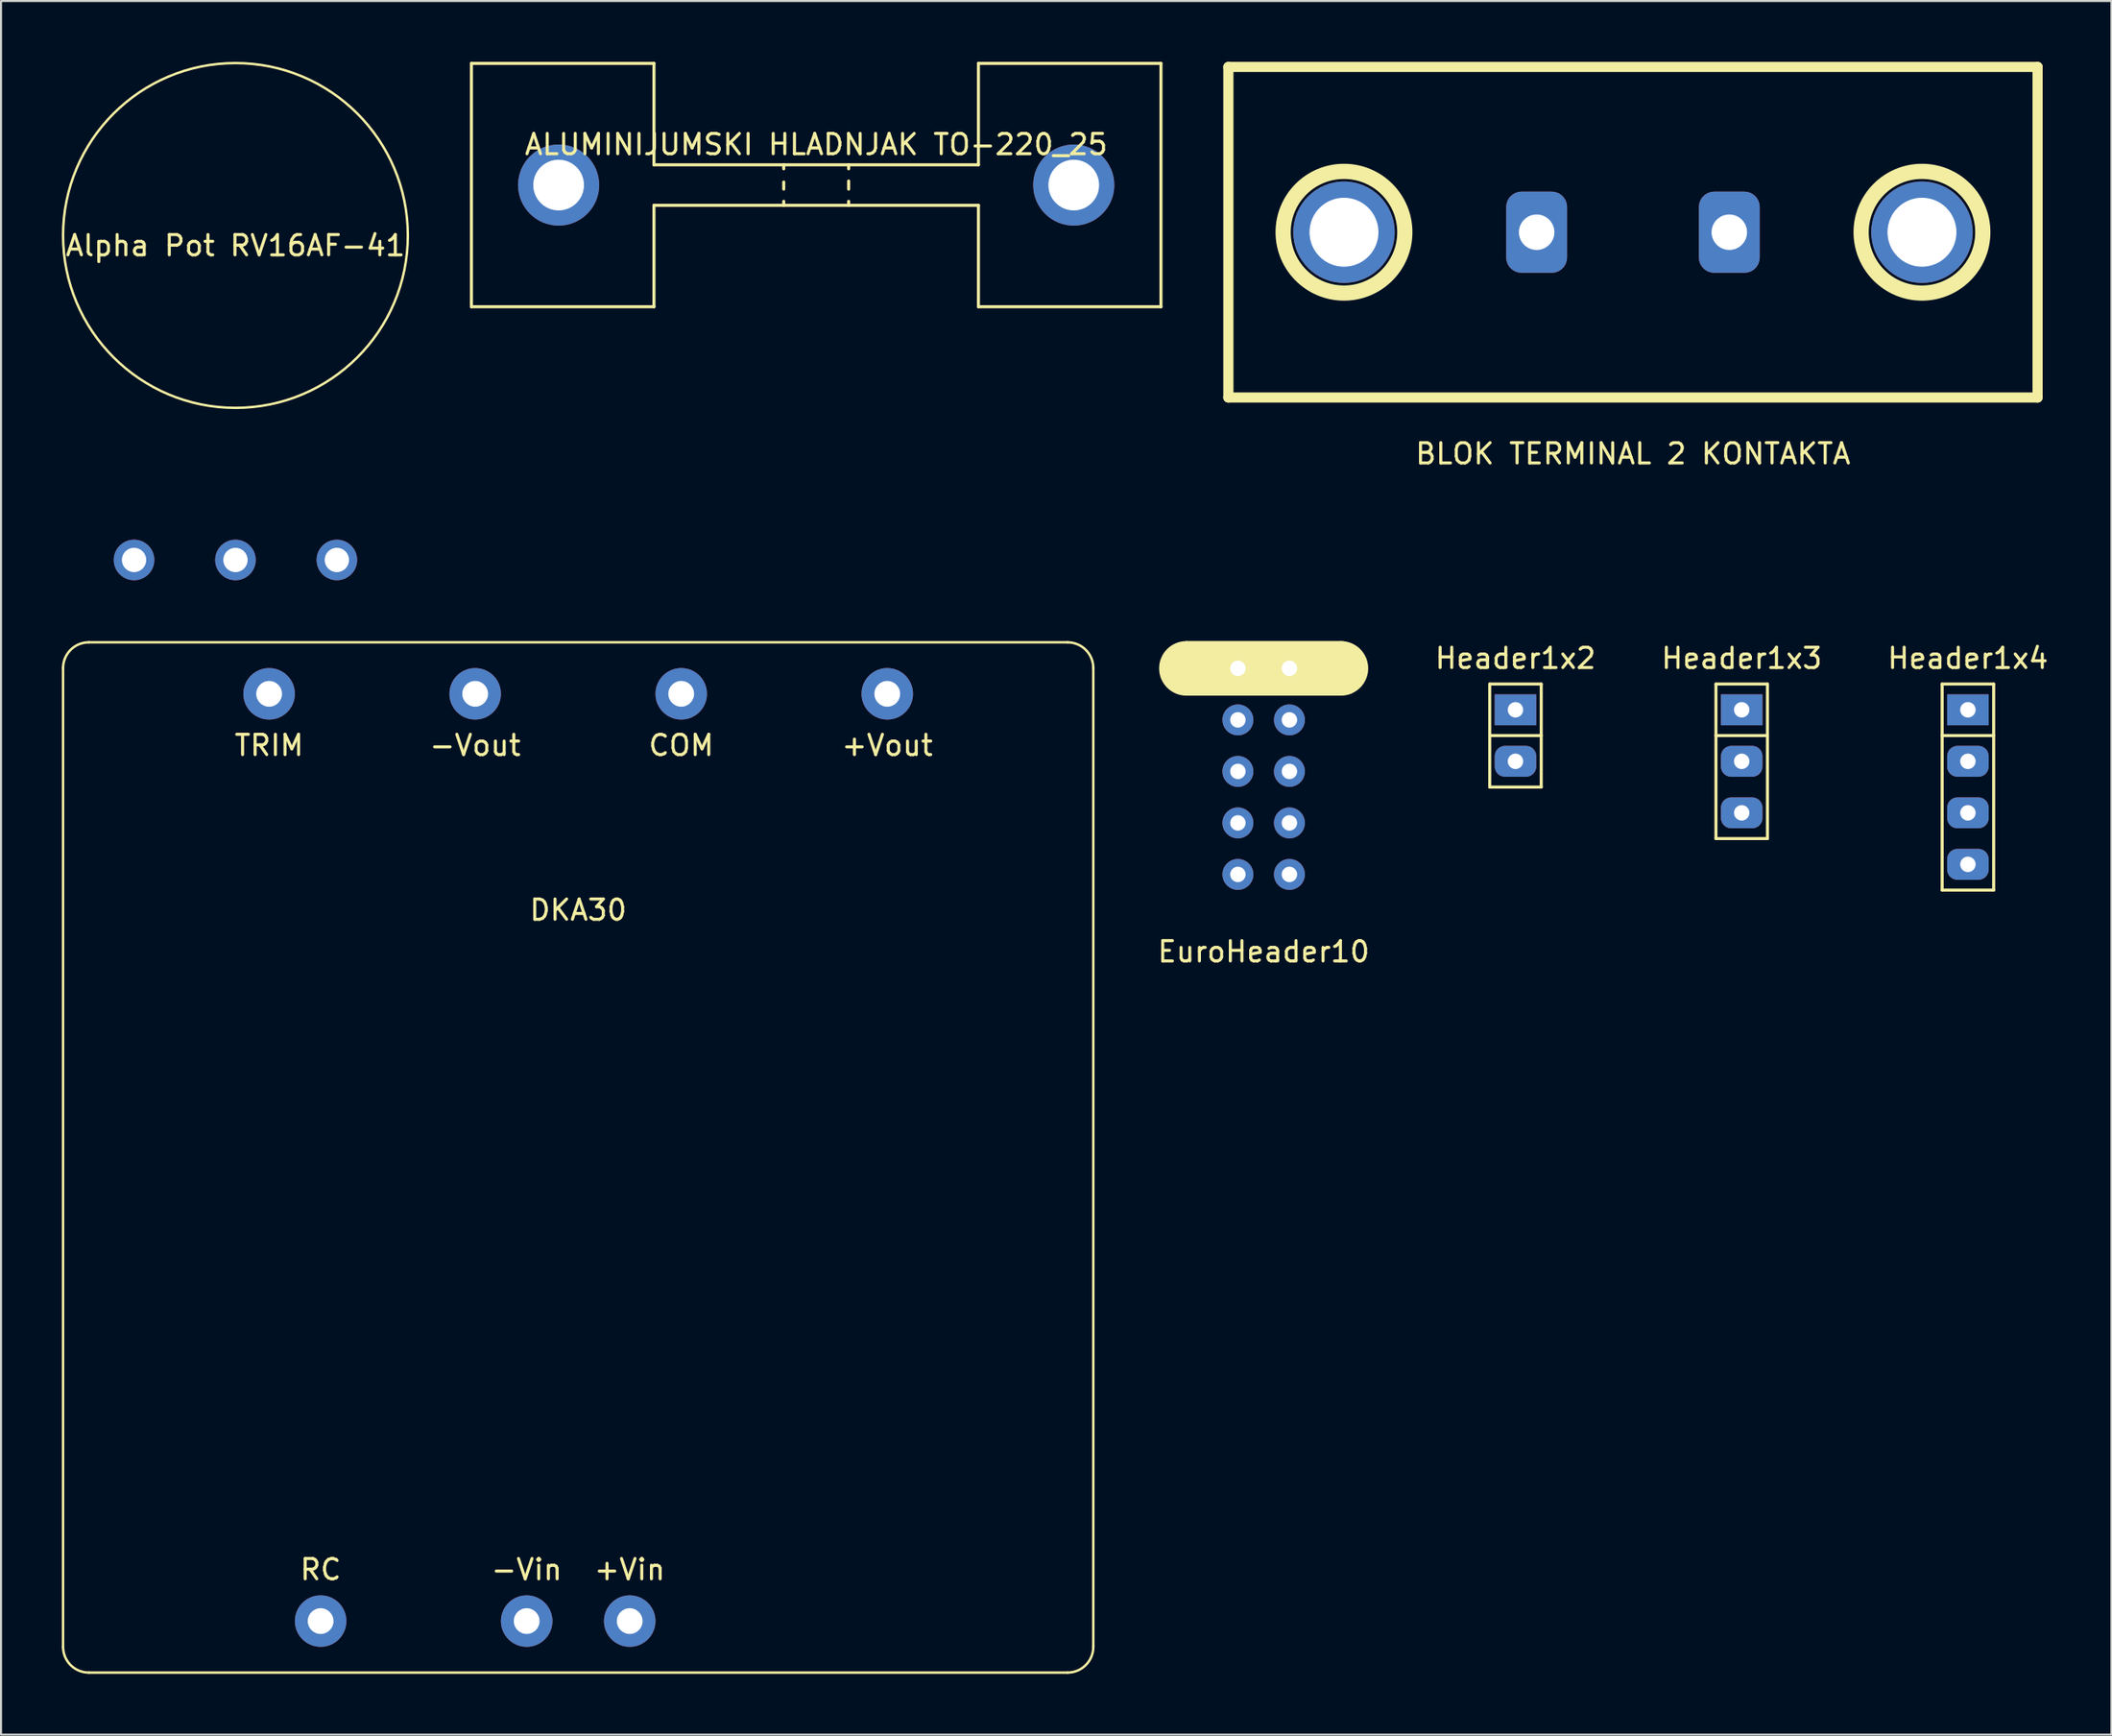
<source format=kicad_pcb>
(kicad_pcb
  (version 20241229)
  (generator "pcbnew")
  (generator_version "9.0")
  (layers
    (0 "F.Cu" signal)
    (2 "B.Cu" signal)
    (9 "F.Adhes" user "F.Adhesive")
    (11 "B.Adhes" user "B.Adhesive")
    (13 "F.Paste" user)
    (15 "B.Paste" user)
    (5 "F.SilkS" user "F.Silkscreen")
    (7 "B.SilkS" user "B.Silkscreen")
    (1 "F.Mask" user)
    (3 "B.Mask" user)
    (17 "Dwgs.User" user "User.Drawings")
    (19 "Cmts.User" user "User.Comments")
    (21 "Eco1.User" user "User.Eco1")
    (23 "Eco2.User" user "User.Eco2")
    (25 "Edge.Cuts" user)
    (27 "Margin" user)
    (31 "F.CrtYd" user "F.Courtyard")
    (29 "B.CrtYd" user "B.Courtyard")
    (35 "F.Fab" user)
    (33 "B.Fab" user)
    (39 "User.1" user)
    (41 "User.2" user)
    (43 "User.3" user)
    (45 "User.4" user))
  (footprint "BLOK TERMINAL 2 KONTAKTA"
    (layer "F.Cu")
    (at 77.47 8.4)
    (property "Reference" "BLOK TERMINAL 2 KONTAKTA" (at 0 10.922 0) (layer "F.SilkS") (effects (font (size 1 1) (thickness 0.15))))
    (attr through_hole)
    (fp_line (start -19.95 -8.15) (end -19.95 8.15) (stroke (width 0.5) (type solid)) (layer "F.SilkS"))
    (fp_line (start -19.95 -8.15) (end 19.95 -8.15) (stroke (width 0.5) (type solid)) (layer "F.SilkS"))
    (fp_line (start -19.95 8.15) (end 19.95 8.15) (stroke (width 0.5) (type solid)) (layer "F.SilkS"))
    (fp_line (start 19.95 -8.15) (end 19.95 8.15) (stroke (width 0.5) (type solid)) (layer "F.SilkS"))
    (fp_circle (center -14.25 0) (end -11.25 0) (stroke (width 0.75) (type solid)) (fill no) (layer "F.SilkS"))
    (fp_circle (center 14.25 0) (end 17.25 0) (stroke (width 0.75) (type solid)) (fill no) (layer "F.SilkS"))
    (pad "" np_thru_hole circle (at -14.25 0) (size 5 5) (drill 3.4) (layers "*.Cu" "*.Mask"))
    (pad "" np_thru_hole circle (at 14.25 0) (size 5 5) (drill 3.4) (layers "*.Cu" "*.Mask"))
    (pad "1" thru_hole roundrect (at -4.75 0) (size 3 4) (drill 1.75) (layers "*.Cu" "*.Mask") (roundrect_rratio 0.25))
    (pad "2" thru_hole roundrect (at 4.75 0) (size 3 4) (drill 1.75) (layers "*.Cu" "*.Mask") (roundrect_rratio 0.25)))
  (footprint "EuroHeader10"
    (layer "F.Cu")
    (at 59.259 34.985)
    (property "Reference" "EuroHeader10" (at 0 8.89 0) (layer "F.SilkS") (effects (font (size 1 1) (thickness 0.15))))
    (attr through_hole)
    (fp_line (start -3.81 -6.35) (end 3.81 -6.35) (stroke (width 0.15) (type solid)) (layer "F.SilkS"))
    (fp_line (start 3.81 -3.81) (end -3.81 -3.81) (stroke (width 0.15) (type solid)) (layer "F.SilkS"))
    (fp_arc (start -3.81 -3.81) (mid -5.08 -5.08) (end -3.81 -6.35) (stroke (width 0.15) (type solid)) (layer "F.SilkS"))
    (fp_arc (start 3.81 -6.35) (mid 5.08 -5.08) (end 3.81 -3.81) (stroke (width 0.15) (type solid)) (layer "F.SilkS"))
    (fp_poly (pts (xy -3.84 -6.365) (xy 3.927 -6.365) (xy 4.592 -6.081) (xy 5.024 -5.517) (xy 5.075 -4.846) (xy 4.729 -4.227) (xy 4.267 -3.871) (xy 3.693 -3.82) (xy -4.028 -3.83) (xy -4.572 -4.064) (xy -5.009 -4.628) (xy -5.075 -5.273) (xy -4.841 -5.842) (xy -4.338 -6.238) (xy -3.815 -6.365)) (stroke (width 0.1) (type solid)) (fill yes) (layer "F.SilkS"))
    (pad "1" thru_hole rect (at -1.27 -5.08) (size 1.524 1.524) (drill 0.762) (layers "*.Cu" "*.Mask"))
    (pad "2" thru_hole circle (at 1.27 -5.08) (size 1.524 1.524) (drill 0.762) (layers "*.Cu" "*.Mask"))
    (pad "3" thru_hole circle (at -1.27 -2.54) (size 1.524 1.524) (drill 0.762) (layers "*.Cu" "*.Mask"))
    (pad "4" thru_hole circle (at 1.27 -2.54) (size 1.524 1.524) (drill 0.762) (layers "*.Cu" "*.Mask"))
    (pad "5" thru_hole circle (at -1.27 0) (size 1.524 1.524) (drill 0.762) (layers "*.Cu" "*.Mask"))
    (pad "6" thru_hole circle (at 1.27 0) (size 1.524 1.524) (drill 0.762) (layers "*.Cu" "*.Mask"))
    (pad "7" thru_hole circle (at -1.27 2.54) (size 1.524 1.524) (drill 0.762) (layers "*.Cu" "*.Mask"))
    (pad "8" thru_hole circle (at 1.27 2.54) (size 1.524 1.524) (drill 0.762) (layers "*.Cu" "*.Mask"))
    (pad "9" thru_hole circle (at -1.27 5.08) (size 1.524 1.524) (drill 0.762) (layers "*.Cu" "*.Mask"))
    (pad "10" thru_hole circle (at 1.27 5.08) (size 1.524 1.524) (drill 0.762) (layers "*.Cu" "*.Mask")))
  (footprint "Alpha Pot RV16AF-41"
    (layer "F.Cu")
    (at 8.56 8.56)
    (property "Reference" "Alpha Pot RV16AF-41" (at 0 0.5 0) (layer "F.SilkS") (effects (font (size 1 1) (thickness 0.15))))
    (attr through_hole)
    (fp_circle (center 0 0) (end 0 8.5) (stroke (width 0.12) (type solid)) (fill no) (layer "F.SilkS"))
    (pad "1" thru_hole circle (at -5 16) (size 2 2) (drill 1.2) (layers "*.Cu" "*.Mask"))
    (pad "2" thru_hole circle (at 0 16) (size 2 2) (drill 1.2) (layers "*.Cu" "*.Mask"))
    (pad "3" thru_hole circle (at 5 16) (size 2 2) (drill 1.2) (layers "*.Cu" "*.Mask")))
  (footprint "Header1x3"
    (layer "F.Cu")
    (at 82.831 34.488)
    (property "Reference" "Header1x3" (at 0 -5.08 0) (layer "F.SilkS") (effects (font (size 1 1) (thickness 0.15))))
    (attr through_hole)
    (fp_line (start -1.27 -3.81) (end 1.27 -3.81) (stroke (width 0.15) (type solid)) (layer "F.SilkS"))
    (fp_line (start -1.27 -1.27) (end 1.27 -1.27) (stroke (width 0.15) (type solid)) (layer "F.SilkS"))
    (fp_line (start -1.27 3.81) (end -1.27 -3.81) (stroke (width 0.15) (type solid)) (layer "F.SilkS"))
    (fp_line (start 1.27 -3.81) (end 1.27 3.81) (stroke (width 0.15) (type solid)) (layer "F.SilkS"))
    (fp_line (start 1.27 3.81) (end -1.27 3.81) (stroke (width 0.15) (type solid)) (layer "F.SilkS"))
    (pad "1" thru_hole rect (at 0 -2.54) (size 2.048 1.524) (drill 0.762) (layers "*.Cu" "*.Mask"))
    (pad "2" thru_hole roundrect (at 0 0) (size 2.048 1.524) (drill 0.762) (layers "*.Cu" "*.Mask") (roundrect_rratio 0.33))
    (pad "3" thru_hole roundrect (at 0 2.54) (size 2.048 1.524) (drill 0.762) (layers "*.Cu" "*.Mask") (roundrect_rratio 0.33)))
  (footprint "Header1x4"
    (layer "F.Cu")
    (at 93.985 35.758)
    (property "Reference" "Header1x4" (at 0 -6.35 0) (layer "F.SilkS") (effects (font (size 1 1) (thickness 0.15))))
    (attr through_hole)
    (fp_line (start -1.27 -5.08) (end 1.27 -5.08) (stroke (width 0.15) (type solid)) (layer "F.SilkS"))
    (fp_line (start -1.27 -2.54) (end 1.27 -2.54) (stroke (width 0.15) (type solid)) (layer "F.SilkS"))
    (fp_line (start -1.27 5.08) (end -1.27 -5.08) (stroke (width 0.15) (type solid)) (layer "F.SilkS"))
    (fp_line (start 1.27 -5.08) (end 1.27 5.08) (stroke (width 0.15) (type solid)) (layer "F.SilkS"))
    (fp_line (start 1.27 5.08) (end -1.27 5.08) (stroke (width 0.15) (type solid)) (layer "F.SilkS"))
    (pad "1" thru_hole rect (at 0 -3.81) (size 2.048 1.524) (drill 0.762) (layers "*.Cu" "*.Mask"))
    (pad "2" thru_hole roundrect (at 0 -1.27) (size 2.048 1.524) (drill 0.762) (layers "*.Cu" "*.Mask") (roundrect_rratio 0.33))
    (pad "3" thru_hole roundrect (at 0 1.27) (size 2.048 1.524) (drill 0.762) (layers "*.Cu" "*.Mask") (roundrect_rratio 0.33))
    (pad "4" thru_hole roundrect (at 0 3.81) (size 2.048 1.524) (drill 0.762) (layers "*.Cu" "*.Mask") (roundrect_rratio 0.33)))
  (footprint "Header1x2"
    (layer "F.Cu")
    (at 71.676 33.218)
    (property "Reference" "Header1x2" (at 0 -3.81 0) (layer "F.SilkS") (effects (font (size 1 1) (thickness 0.15))))
    (attr through_hole)
    (fp_line (start -1.27 -2.54) (end 1.27 -2.54) (stroke (width 0.15) (type solid)) (layer "F.SilkS"))
    (fp_line (start -1.27 0) (end 1.27 0) (stroke (width 0.15) (type solid)) (layer "F.SilkS"))
    (fp_line (start -1.27 2.54) (end -1.27 -2.54) (stroke (width 0.15) (type solid)) (layer "F.SilkS"))
    (fp_line (start 1.27 -2.54) (end 1.27 2.54) (stroke (width 0.15) (type solid)) (layer "F.SilkS"))
    (fp_line (start 1.27 2.54) (end -1.27 2.54) (stroke (width 0.15) (type solid)) (layer "F.SilkS"))
    (pad "1" thru_hole rect (at 0 -1.27) (size 2.048 1.524) (drill 0.762) (layers "*.Cu" "*.Mask"))
    (pad "2" thru_hole roundrect (at 0 1.27) (size 2.048 1.524) (drill 0.762) (layers "*.Cu" "*.Mask") (roundrect_rratio 0.33)))
  (footprint "DKA30"
    (layer "F.Cu")
    (at 25.46 54.02)
    (property "Reference" "DKA30" (at 0 -12.2 0) (layer "F.SilkS") (effects (font (size 1 1) (thickness 0.15))))
    (attr through_hole)
    (fp_line (start -25.4 24.13) (end -25.4 -24.13) (stroke (width 0.12) (type solid)) (layer "F.SilkS"))
    (fp_line (start -24.13 -25.4) (end 24.13 -25.4) (stroke (width 0.12) (type solid)) (layer "F.SilkS"))
    (fp_line (start 24.13 25.4) (end -24.13 25.4) (stroke (width 0.12) (type solid)) (layer "F.SilkS"))
    (fp_line (start 25.4 -24.13) (end 25.4 24.13) (stroke (width 0.12) (type solid)) (layer "F.SilkS"))
    (fp_arc (start -25.4 -24.13) (mid -25.028026 -25.028026) (end -24.13 -25.4) (stroke (width 0.12) (type solid)) (layer "F.SilkS"))
    (fp_arc (start -24.13 25.4) (mid -25.028026 25.028026) (end -25.4 24.13) (stroke (width 0.12) (type solid)) (layer "F.SilkS"))
    (fp_arc (start 24.13 -25.4) (mid 25.028026 -25.028026) (end 25.4 -24.13) (stroke (width 0.12) (type solid)) (layer "F.SilkS"))
    (fp_arc (start 25.4 24.13) (mid 25.028026 25.028026) (end 24.13 25.4) (stroke (width 0.12) (type solid)) (layer "F.SilkS"))
    (fp_text user "+Vout" (at 15.24 -20.32 0) (layer "F.SilkS") (effects (font (size 1 1) (thickness 0.15))))
    (fp_text user "TRIM" (at -15.24 -20.32 0) (layer "F.SilkS") (effects (font (size 1 1) (thickness 0.15))))
    (fp_text user "RC" (at -12.7 20.32 0) (layer "F.SilkS") (effects (font (size 1 1) (thickness 0.15))))
    (fp_text user "+Vin" (at 2.54 20.32 0) (layer "F.SilkS") (effects (font (size 1 1) (thickness 0.15))))
    (fp_text user "-Vout" (at -5.08 -20.32 0) (layer "F.SilkS") (effects (font (size 1 1) (thickness 0.15))))
    (fp_text user "-Vin" (at -2.54 20.32 0) (layer "F.SilkS") (effects (font (size 1 1) (thickness 0.15))))
    (fp_text user "COM" (at 5.08 -20.32 0) (layer "F.SilkS") (effects (font (size 1 1) (thickness 0.15))))
    (pad "1" thru_hole circle (at -12.7 22.86) (size 2.54 2.54) (drill 1.27) (layers "*.Cu" "*.Mask"))
    (pad "3" thru_hole circle (at -2.54 22.86) (size 2.54 2.54) (drill 1.27) (layers "*.Cu" "*.Mask"))
    (pad "4" thru_hole circle (at 2.54 22.86) (size 2.54 2.54) (drill 1.27) (layers "*.Cu" "*.Mask"))
    (pad "5" thru_hole circle (at 15.24 -22.86) (size 2.54 2.54) (drill 1.27) (layers "*.Cu" "*.Mask"))
    (pad "6" thru_hole circle (at 5.08 -22.86) (size 2.54 2.54) (drill 1.27) (layers "*.Cu" "*.Mask"))
    (pad "7" thru_hole circle (at -5.08 -22.86) (size 2.54 2.54) (drill 1.27) (layers "*.Cu" "*.Mask"))
    (pad "8" thru_hole circle (at -15.24 -22.86) (size 2.54 2.54) (drill 1.27) (layers "*.Cu" "*.Mask")))
  (footprint "ALUMINIJUMSKI HLADNJAK TO-220_25"
    (layer "F.Cu")
    (at 37.195 6.075)
    (property "Reference" "ALUMINIJUMSKI HLADNJAK TO-220_25" (at 0 -2 0) (layer "F.SilkS") (effects (font (size 1 1) (thickness 0.15))))
    (attr through_hole)
    (fp_line (start -17 -6) (end -17 6) (stroke (width 0.15) (type solid)) (layer "F.SilkS"))
    (fp_line (start -17 6) (end -8 6) (stroke (width 0.15) (type solid)) (layer "F.SilkS"))
    (fp_line (start -8 -6) (end -17 -6) (stroke (width 0.15) (type solid)) (layer "F.SilkS"))
    (fp_line (start -8 -1) (end -8 -6) (stroke (width 0.15) (type solid)) (layer "F.SilkS"))
    (fp_line (start -8 -1) (end 8 -1) (stroke (width 0.15) (type solid)) (layer "F.SilkS"))
    (fp_line (start -8 6) (end -8 1) (stroke (width 0.15) (type solid)) (layer "F.SilkS"))
    (fp_line (start -1.6 -1) (end -1.6 -0.8) (stroke (width 0.15) (type solid)) (layer "F.SilkS"))
    (fp_line (start -1.6 0.2) (end -1.6 -0.15) (stroke (width 0.15) (type solid)) (layer "F.SilkS"))
    (fp_line (start -1.6 1) (end -1.6 0.8) (stroke (width 0.15) (type solid)) (layer "F.SilkS"))
    (fp_line (start 1.6 -1) (end 1.6 -0.8) (stroke (width 0.15) (type solid)) (layer "F.SilkS"))
    (fp_line (start 1.6 0.2) (end 1.6 -0.2) (stroke (width 0.15) (type solid)) (layer "F.SilkS"))
    (fp_line (start 1.6 1) (end 1.6 0.8) (stroke (width 0.15) (type solid)) (layer "F.SilkS"))
    (fp_line (start 8 -6) (end 17 -6) (stroke (width 0.15) (type solid)) (layer "F.SilkS"))
    (fp_line (start 8 -1) (end 8 -6) (stroke (width 0.15) (type solid)) (layer "F.SilkS"))
    (fp_line (start 8 1) (end -8 1) (stroke (width 0.15) (type solid)) (layer "F.SilkS"))
    (fp_line (start 8 1) (end 8 6) (stroke (width 0.15) (type solid)) (layer "F.SilkS"))
    (fp_line (start 17 -6) (end 17 6) (stroke (width 0.15) (type solid)) (layer "F.SilkS"))
    (fp_line (start 17 6) (end 8 6) (stroke (width 0.15) (type solid)) (layer "F.SilkS"))
    (pad "1" thru_hole circle (at -12.7 0) (size 4 4) (drill 2.5) (layers "*.Cu" "*.Mask"))
    (pad "1" thru_hole circle (at 12.7 0) (size 4 4) (drill 2.5) (layers "*.Cu" "*.Mask")))
  (gr_rect
    (start -3 -3)
    (end 101.063 82.48)
    (stroke (width 0.1) (type default))
    (fill no)
    (layer "Edge.Cuts")))
</source>
